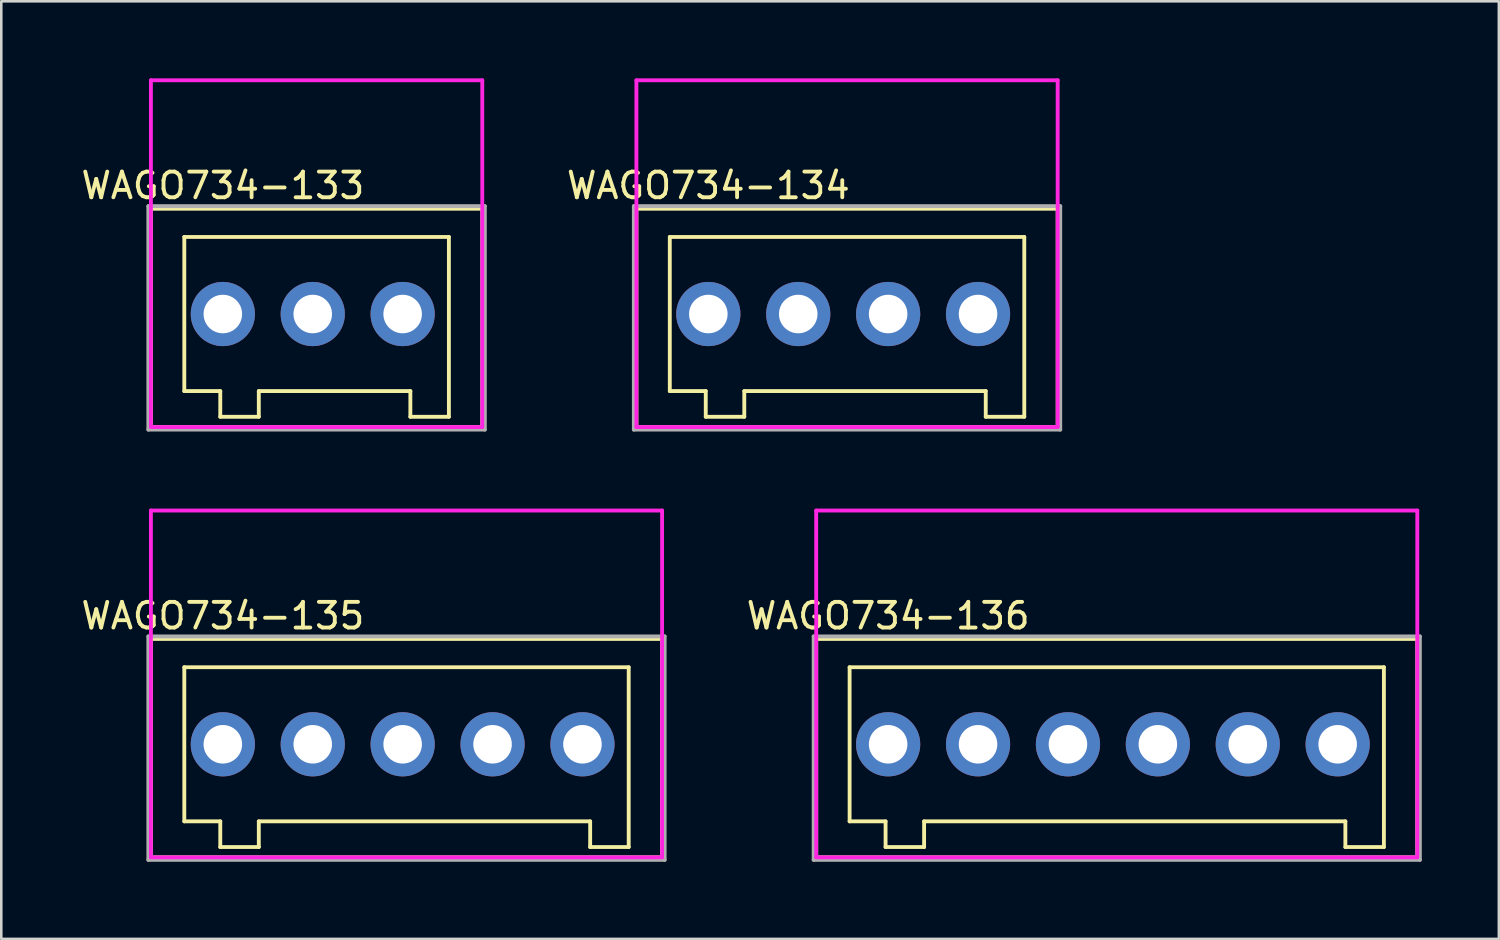
<source format=kicad_pcb>
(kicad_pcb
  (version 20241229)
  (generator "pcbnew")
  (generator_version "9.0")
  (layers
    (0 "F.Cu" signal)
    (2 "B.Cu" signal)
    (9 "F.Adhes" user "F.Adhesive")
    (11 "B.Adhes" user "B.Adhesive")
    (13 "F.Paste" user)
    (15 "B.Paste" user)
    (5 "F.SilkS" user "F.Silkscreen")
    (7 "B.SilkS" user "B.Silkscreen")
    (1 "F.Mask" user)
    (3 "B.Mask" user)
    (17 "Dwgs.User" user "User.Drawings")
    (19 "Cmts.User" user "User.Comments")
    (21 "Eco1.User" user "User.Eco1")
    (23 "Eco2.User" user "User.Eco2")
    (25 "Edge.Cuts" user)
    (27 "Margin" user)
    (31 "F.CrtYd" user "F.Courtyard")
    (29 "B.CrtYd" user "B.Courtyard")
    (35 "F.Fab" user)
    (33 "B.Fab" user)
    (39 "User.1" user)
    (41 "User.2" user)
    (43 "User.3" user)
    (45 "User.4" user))
  (footprint "WAGO734-135"
    (layer "F.Cu")
    (at 5.625 25.925)
    (property "Reference" "WAGO734-135" (at 0 -5 0) (layer "F.SilkS") (effects (font (size 1 1) (thickness 0.15))))
    (attr through_hole)
    (fp_line (start -2.8 4.4) (end -2.8 -4.1) (stroke (width 0.15) (type solid)) (layer "F.SilkS"))
    (fp_line (start -1.5 -3) (end -1.5 3) (stroke (width 0.15) (type solid)) (layer "F.SilkS"))
    (fp_line (start -1.5 3) (end -0.1 3) (stroke (width 0.15) (type solid)) (layer "F.SilkS"))
    (fp_line (start -0.1 3) (end -0.1 4) (stroke (width 0.15) (type solid)) (layer "F.SilkS"))
    (fp_line (start -0.1 4) (end 1.4 4) (stroke (width 0.15) (type solid)) (layer "F.SilkS"))
    (fp_line (start 1.4 3) (end 14.3 3) (stroke (width 0.15) (type solid)) (layer "F.SilkS"))
    (fp_line (start 1.4 4) (end 1.4 3) (stroke (width 0.15) (type solid)) (layer "F.SilkS"))
    (fp_line (start 14.3 3) (end 14.3 4) (stroke (width 0.15) (type solid)) (layer "F.SilkS"))
    (fp_line (start 14.3 4) (end 15.8 4) (stroke (width 0.15) (type solid)) (layer "F.SilkS"))
    (fp_line (start 15.8 -3) (end -1.5 -3) (stroke (width 0.15) (type solid)) (layer "F.SilkS"))
    (fp_line (start 15.8 4) (end 15.8 -3) (stroke (width 0.15) (type solid)) (layer "F.SilkS"))
    (fp_line (start 17.1 -4.1) (end -2.8 -4.1) (stroke (width 0.15) (type solid)) (layer "F.SilkS"))
    (fp_line (start 17.1 4.4) (end -2.8 4.4) (stroke (width 0.15) (type solid)) (layer "F.SilkS"))
    (fp_line (start 17.1 4.4) (end 17.1 -4.1) (stroke (width 0.15) (type solid)) (layer "F.SilkS"))
    (fp_line (start -2.8 -9.1) (end -2.8 4.4) (stroke (width 0.15) (type solid)) (layer "F.CrtYd"))
    (fp_line (start -2.8 4.4) (end 17.1 4.4) (stroke (width 0.15) (type solid)) (layer "F.CrtYd"))
    (fp_line (start 17.1 -9.1) (end -2.8 -9.1) (stroke (width 0.15) (type solid)) (layer "F.CrtYd"))
    (fp_line (start 17.1 4.4) (end 17.1 -9.1) (stroke (width 0.15) (type solid)) (layer "F.CrtYd"))
    (fp_line (start -2.9 -4.2) (end -2.9 4.5) (stroke (width 0.15) (type solid)) (layer "F.Fab"))
    (fp_line (start -2.9 4.5) (end 17.2 4.5) (stroke (width 0.15) (type solid)) (layer "F.Fab"))
    (fp_line (start 17.2 -4.2) (end -2.9 -4.2) (stroke (width 0.15) (type solid)) (layer "F.Fab"))
    (fp_line (start 17.2 4.5) (end 17.2 -4.2) (stroke (width 0.15) (type solid)) (layer "F.Fab"))
    (pad "1" thru_hole circle (at 0 0) (size 2.5 2.5) (drill 1.5) (layers "*.Cu" "*.Mask"))
    (pad "2" thru_hole circle (at 3.5 0) (size 2.5 2.5) (drill 1.5) (layers "*.Cu" "*.Mask"))
    (pad "3" thru_hole circle (at 7 0) (size 2.5 2.5) (drill 1.5) (layers "*.Cu" "*.Mask"))
    (pad "4" thru_hole circle (at 10.5 0) (size 2.5 2.5) (drill 1.5) (layers "*.Cu" "*.Mask"))
    (pad "5" thru_hole circle (at 14 0) (size 2.5 2.5) (drill 1.5) (layers "*.Cu" "*.Mask")))
  (footprint "WAGO734-134"
    (layer "F.Cu")
    (at 24.525 9.175)
    (property "Reference" "WAGO734-134" (at 0 -5 0) (layer "F.SilkS") (effects (font (size 1 1) (thickness 0.15))))
    (attr through_hole)
    (fp_line (start -2.8 4.4) (end -2.8 -4.1) (stroke (width 0.15) (type solid)) (layer "F.SilkS"))
    (fp_line (start -1.5 -3) (end -1.5 3) (stroke (width 0.15) (type solid)) (layer "F.SilkS"))
    (fp_line (start -1.5 3) (end -0.1 3) (stroke (width 0.15) (type solid)) (layer "F.SilkS"))
    (fp_line (start -0.1 3) (end -0.1 4) (stroke (width 0.15) (type solid)) (layer "F.SilkS"))
    (fp_line (start -0.1 4) (end 1.4 4) (stroke (width 0.15) (type solid)) (layer "F.SilkS"))
    (fp_line (start 1.4 3) (end 10.8 3) (stroke (width 0.15) (type solid)) (layer "F.SilkS"))
    (fp_line (start 1.4 4) (end 1.4 3) (stroke (width 0.15) (type solid)) (layer "F.SilkS"))
    (fp_line (start 10.8 3) (end 10.8 4) (stroke (width 0.15) (type solid)) (layer "F.SilkS"))
    (fp_line (start 10.8 4) (end 12.3 4) (stroke (width 0.15) (type solid)) (layer "F.SilkS"))
    (fp_line (start 12.3 -3) (end -1.5 -3) (stroke (width 0.15) (type solid)) (layer "F.SilkS"))
    (fp_line (start 12.3 4) (end 12.3 -3) (stroke (width 0.15) (type solid)) (layer "F.SilkS"))
    (fp_line (start 13.6 -4.1) (end -2.8 -4.1) (stroke (width 0.15) (type solid)) (layer "F.SilkS"))
    (fp_line (start 13.6 4.4) (end -2.8 4.4) (stroke (width 0.15) (type solid)) (layer "F.SilkS"))
    (fp_line (start 13.6 4.4) (end 13.6 -4.1) (stroke (width 0.15) (type solid)) (layer "F.SilkS"))
    (fp_line (start -2.8 -9.1) (end 13.6 -9.1) (stroke (width 0.15) (type solid)) (layer "F.CrtYd"))
    (fp_line (start -2.8 4.4) (end -2.8 -9.1) (stroke (width 0.15) (type solid)) (layer "F.CrtYd"))
    (fp_line (start 13.6 -9.1) (end 13.6 4.4) (stroke (width 0.15) (type solid)) (layer "F.CrtYd"))
    (fp_line (start 13.6 4.4) (end -2.8 4.4) (stroke (width 0.15) (type solid)) (layer "F.CrtYd"))
    (fp_line (start -2.9 -4.2) (end -2.9 4.5) (stroke (width 0.15) (type solid)) (layer "F.Fab"))
    (fp_line (start -2.9 4.5) (end 13.7 4.5) (stroke (width 0.15) (type solid)) (layer "F.Fab"))
    (fp_line (start 13.7 -4.2) (end -2.9 -4.2) (stroke (width 0.15) (type solid)) (layer "F.Fab"))
    (fp_line (start 13.7 4.5) (end 13.7 -4.2) (stroke (width 0.15) (type solid)) (layer "F.Fab"))
    (pad "1" thru_hole circle (at 0 0) (size 2.5 2.5) (drill 1.5) (layers "*.Cu" "*.Mask"))
    (pad "2" thru_hole circle (at 3.5 0) (size 2.5 2.5) (drill 1.5) (layers "*.Cu" "*.Mask"))
    (pad "3" thru_hole circle (at 7 0) (size 2.5 2.5) (drill 1.5) (layers "*.Cu" "*.Mask"))
    (pad "4" thru_hole circle (at 10.5 0) (size 2.5 2.5) (drill 1.5) (layers "*.Cu" "*.Mask")))
  (footprint "WAGO734-133"
    (layer "F.Cu")
    (at 5.625 9.175)
    (property "Reference" "WAGO734-133" (at 0 -5 0) (layer "F.SilkS") (effects (font (size 1 1) (thickness 0.15))))
    (attr through_hole)
    (fp_line (start -2.8 4.4) (end -2.8 -4.1) (stroke (width 0.15) (type solid)) (layer "F.SilkS"))
    (fp_line (start -1.5 -3) (end -1.5 3) (stroke (width 0.15) (type solid)) (layer "F.SilkS"))
    (fp_line (start -1.5 3) (end -0.1 3) (stroke (width 0.15) (type solid)) (layer "F.SilkS"))
    (fp_line (start -0.1 3) (end -0.1 4) (stroke (width 0.15) (type solid)) (layer "F.SilkS"))
    (fp_line (start -0.1 4) (end 1.4 4) (stroke (width 0.15) (type solid)) (layer "F.SilkS"))
    (fp_line (start 1.4 3) (end 7.3 3) (stroke (width 0.15) (type solid)) (layer "F.SilkS"))
    (fp_line (start 1.4 4) (end 1.4 3) (stroke (width 0.15) (type solid)) (layer "F.SilkS"))
    (fp_line (start 7.3 3) (end 7.3 4) (stroke (width 0.15) (type solid)) (layer "F.SilkS"))
    (fp_line (start 7.3 4) (end 8.8 4) (stroke (width 0.15) (type solid)) (layer "F.SilkS"))
    (fp_line (start 8.8 -3) (end -1.5 -3) (stroke (width 0.15) (type solid)) (layer "F.SilkS"))
    (fp_line (start 8.8 4) (end 8.8 -3) (stroke (width 0.15) (type solid)) (layer "F.SilkS"))
    (fp_line (start 10.1 -4.1) (end -2.8 -4.1) (stroke (width 0.15) (type solid)) (layer "F.SilkS"))
    (fp_line (start 10.1 4.4) (end -2.8 4.4) (stroke (width 0.15) (type solid)) (layer "F.SilkS"))
    (fp_line (start 10.1 4.4) (end 10.1 -4.1) (stroke (width 0.15) (type solid)) (layer "F.SilkS"))
    (fp_line (start -2.8 -9.1) (end 10.1 -9.1) (stroke (width 0.15) (type solid)) (layer "F.CrtYd"))
    (fp_line (start -2.8 4.4) (end -2.8 -9.1) (stroke (width 0.15) (type solid)) (layer "F.CrtYd"))
    (fp_line (start 10.1 -9.1) (end 10.1 4.4) (stroke (width 0.15) (type solid)) (layer "F.CrtYd"))
    (fp_line (start 10.1 4.4) (end -2.8 4.4) (stroke (width 0.15) (type solid)) (layer "F.CrtYd"))
    (fp_line (start -2.9 -4.2) (end 10.2 -4.2) (stroke (width 0.15) (type solid)) (layer "F.Fab"))
    (fp_line (start -2.9 4.5) (end -2.9 -4.2) (stroke (width 0.15) (type solid)) (layer "F.Fab"))
    (fp_line (start 10.2 -4.2) (end 10.2 4.5) (stroke (width 0.15) (type solid)) (layer "F.Fab"))
    (fp_line (start 10.2 4.5) (end -2.9 4.5) (stroke (width 0.15) (type solid)) (layer "F.Fab"))
    (pad "1" thru_hole circle (at 0 0) (size 2.5 2.5) (drill 1.5) (layers "*.Cu" "*.Mask"))
    (pad "2" thru_hole circle (at 3.5 0) (size 2.5 2.5) (drill 1.5) (layers "*.Cu" "*.Mask"))
    (pad "3" thru_hole circle (at 7 0) (size 2.5 2.5) (drill 1.5) (layers "*.Cu" "*.Mask")))
  (footprint "WAGO734-136"
    (layer "F.Cu")
    (at 31.525 25.925)
    (property "Reference" "WAGO734-136" (at 0 -5 0) (layer "F.SilkS") (effects (font (size 1 1) (thickness 0.15))))
    (attr through_hole)
    (fp_line (start -2.8 4.4) (end -2.8 -4.1) (stroke (width 0.15) (type solid)) (layer "F.SilkS"))
    (fp_line (start -1.5 -3) (end -1.5 3) (stroke (width 0.15) (type solid)) (layer "F.SilkS"))
    (fp_line (start -1.5 3) (end -0.1 3) (stroke (width 0.15) (type solid)) (layer "F.SilkS"))
    (fp_line (start -0.1 3) (end -0.1 4) (stroke (width 0.15) (type solid)) (layer "F.SilkS"))
    (fp_line (start -0.1 4) (end 1.4 4) (stroke (width 0.15) (type solid)) (layer "F.SilkS"))
    (fp_line (start 1.4 3) (end 17.8 3) (stroke (width 0.15) (type solid)) (layer "F.SilkS"))
    (fp_line (start 1.4 4) (end 1.4 3) (stroke (width 0.15) (type solid)) (layer "F.SilkS"))
    (fp_line (start 17.8 3) (end 17.8 4) (stroke (width 0.15) (type solid)) (layer "F.SilkS"))
    (fp_line (start 17.8 4) (end 19.3 4) (stroke (width 0.15) (type solid)) (layer "F.SilkS"))
    (fp_line (start 19.3 -3) (end -1.5 -3) (stroke (width 0.15) (type solid)) (layer "F.SilkS"))
    (fp_line (start 19.3 4) (end 19.3 -3) (stroke (width 0.15) (type solid)) (layer "F.SilkS"))
    (fp_line (start 20.6 -4.1) (end -2.8 -4.1) (stroke (width 0.15) (type solid)) (layer "F.SilkS"))
    (fp_line (start 20.6 4.4) (end -2.8 4.4) (stroke (width 0.15) (type solid)) (layer "F.SilkS"))
    (fp_line (start 20.6 4.4) (end 20.6 -4.1) (stroke (width 0.15) (type solid)) (layer "F.SilkS"))
    (fp_line (start -2.8 -9.1) (end 20.6 -9.1) (stroke (width 0.15) (type solid)) (layer "F.CrtYd"))
    (fp_line (start -2.8 4.4) (end -2.8 -9.1) (stroke (width 0.15) (type solid)) (layer "F.CrtYd"))
    (fp_line (start 20.6 -9.1) (end 20.6 4.4) (stroke (width 0.15) (type solid)) (layer "F.CrtYd"))
    (fp_line (start 20.6 4.4) (end -2.8 4.4) (stroke (width 0.15) (type solid)) (layer "F.CrtYd"))
    (fp_line (start -2.9 -4.2) (end -2.9 4.5) (stroke (width 0.15) (type solid)) (layer "F.Fab"))
    (fp_line (start -2.9 4.5) (end 20.7 4.5) (stroke (width 0.15) (type solid)) (layer "F.Fab"))
    (fp_line (start 20.7 -4.2) (end -2.9 -4.2) (stroke (width 0.15) (type solid)) (layer "F.Fab"))
    (fp_line (start 20.7 4.5) (end 20.7 -4.2) (stroke (width 0.15) (type solid)) (layer "F.Fab"))
    (pad "1" thru_hole circle (at 0 0) (size 2.5 2.5) (drill 1.5) (layers "*.Cu" "*.Mask"))
    (pad "2" thru_hole circle (at 3.5 0) (size 2.5 2.5) (drill 1.5) (layers "*.Cu" "*.Mask"))
    (pad "3" thru_hole circle (at 7 0) (size 2.5 2.5) (drill 1.5) (layers "*.Cu" "*.Mask"))
    (pad "4" thru_hole circle (at 10.5 0) (size 2.5 2.5) (drill 1.5) (layers "*.Cu" "*.Mask"))
    (pad "5" thru_hole circle (at 14 0) (size 2.5 2.5) (drill 1.5) (layers "*.Cu" "*.Mask"))
    (pad "6" thru_hole circle (at 17.5 0) (size 2.5 2.5) (drill 1.5) (layers "*.Cu" "*.Mask")))
  (gr_rect
    (start -3 -3)
    (end 55.3 33.5)
    (stroke (width 0.1) (type default))
    (fill no)
    (layer "Edge.Cuts")))
</source>
